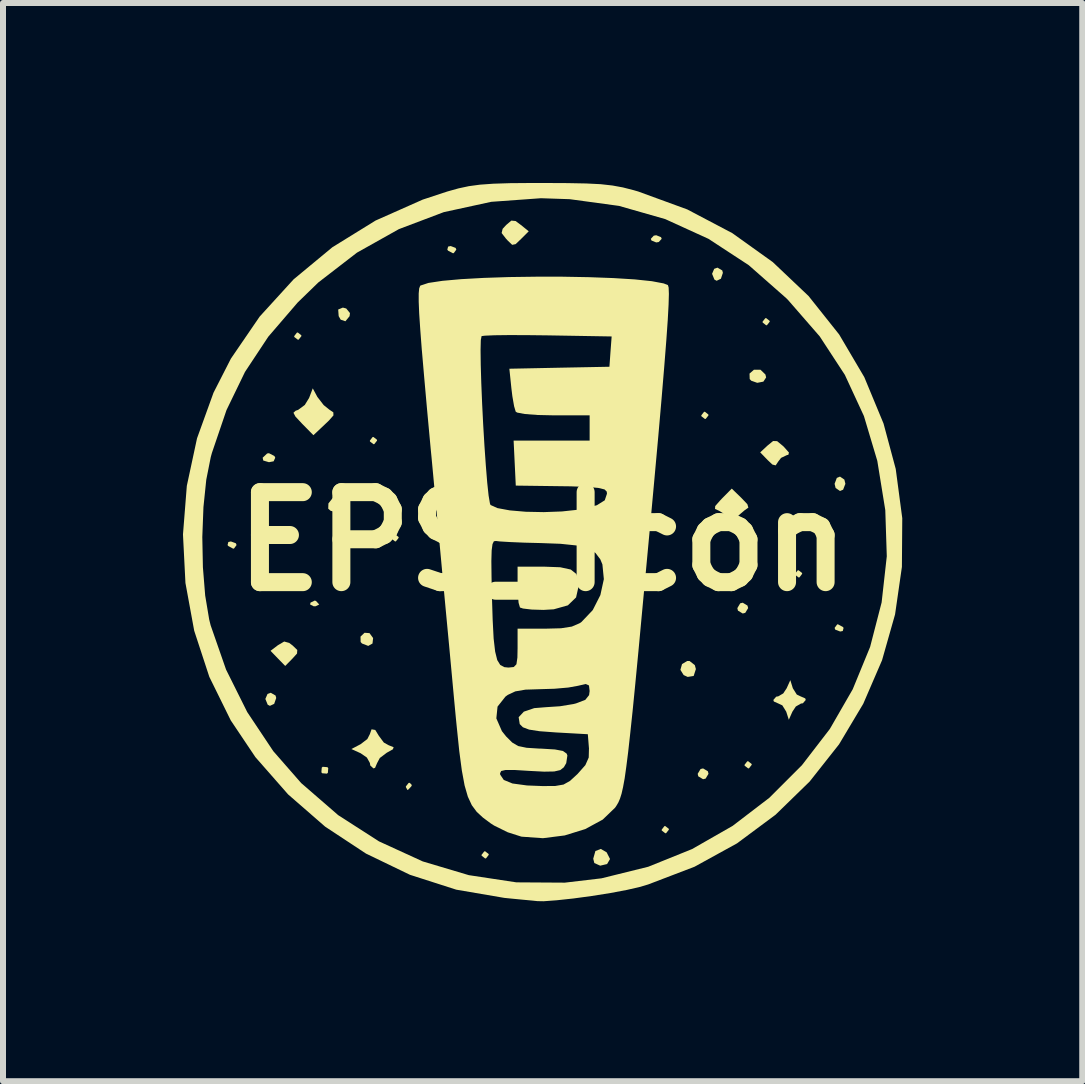
<source format=kicad_pcb>
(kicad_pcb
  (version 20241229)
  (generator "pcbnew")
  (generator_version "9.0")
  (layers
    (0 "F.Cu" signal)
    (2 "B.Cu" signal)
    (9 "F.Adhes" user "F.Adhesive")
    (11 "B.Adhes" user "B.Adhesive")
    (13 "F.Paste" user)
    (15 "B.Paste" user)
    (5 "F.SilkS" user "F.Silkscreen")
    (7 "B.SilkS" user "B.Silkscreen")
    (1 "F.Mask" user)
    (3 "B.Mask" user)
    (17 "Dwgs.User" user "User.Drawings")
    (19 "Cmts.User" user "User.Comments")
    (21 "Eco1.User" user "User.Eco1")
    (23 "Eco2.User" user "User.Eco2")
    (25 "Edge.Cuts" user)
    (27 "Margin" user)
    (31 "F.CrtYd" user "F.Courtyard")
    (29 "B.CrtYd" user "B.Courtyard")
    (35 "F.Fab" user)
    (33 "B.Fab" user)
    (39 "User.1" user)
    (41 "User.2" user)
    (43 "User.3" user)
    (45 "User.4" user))
  (footprint "EPS_Icon"
    (layer "F.Cu")
    (at 5.997 5.975)
    (property "Reference" "EPS_Icon" (at 0 0 0) (layer "F.SilkS") (effects (font (size 1.5 1.5) (thickness 0.3))))
    (attr board_only exclude_from_pos_files exclude_from_bom)
    (fp_poly (pts (xy -3.779 0.993) (xy -3.726 1.051) (xy -3.786 1.08) (xy -3.817 1.081) (xy -3.878 1.051) (xy -3.872 1.02) (xy -3.8 0.985)) (stroke (width 0) (type solid)) (fill yes) (layer "F.SilkS"))
    (fp_poly (pts (xy -5.115 0.031) (xy -5.104 0.06) (xy -5.147 0.118) (xy -5.161 0.12) (xy -5.242 0.076) (xy -5.254 0.06) (xy -5.241 0.009) (xy -5.198 0)) (stroke (width 0) (type solid)) (fill yes) (layer "F.SilkS"))
    (fp_poly (pts (xy -4.473 -1.424) (xy -4.459 -1.396) (xy -4.486 -1.336) (xy -4.564 -1.321) (xy -4.659 -1.349) (xy -4.669 -1.396) (xy -4.595 -1.466) (xy -4.564 -1.471)) (stroke (width 0) (type solid)) (fill yes) (layer "F.SilkS"))
    (fp_poly (pts (xy -4.454 2.568) (xy -4.443 2.609) (xy -4.477 2.707) (xy -4.548 2.74) (xy -4.585 2.721) (xy -4.624 2.625) (xy -4.588 2.542) (xy -4.534 2.522)) (stroke (width 0) (type solid)) (fill yes) (layer "F.SilkS"))
    (fp_poly (pts (xy -4.025 -3.437) (xy -4.023 -3.423) (xy -4.069 -3.364) (xy -4.083 -3.363) (xy -4.142 -3.408) (xy -4.143 -3.423) (xy -4.098 -3.481) (xy -4.083 -3.483)) (stroke (width 0) (type solid)) (fill yes) (layer "F.SilkS"))
    (fp_poly (pts (xy -3.59 3.762) (xy -3.576 3.778) (xy -3.582 3.856) (xy -3.598 3.87) (xy -3.676 3.864) (xy -3.69 3.848) (xy -3.684 3.77) (xy -3.668 3.756)) (stroke (width 0) (type solid)) (fill yes) (layer "F.SilkS"))
    (fp_poly (pts (xy -3.276 -3.883) (xy -3.214 -3.807) (xy -3.22 -3.755) (xy -3.29 -3.67) (xy -3.369 -3.697) (xy -3.402 -3.756) (xy -3.41 -3.866) (xy -3.332 -3.898)) (stroke (width 0) (type solid)) (fill yes) (layer "F.SilkS"))
    (fp_poly (pts (xy -2.888 1.528) (xy -2.828 1.61) (xy -2.838 1.701) (xy -2.909 1.741) (xy -3.013 1.701) (xy -3.036 1.676) (xy -3.038 1.586) (xy -2.971 1.522)) (stroke (width 0) (type solid)) (fill yes) (layer "F.SilkS"))
    (fp_poly (pts (xy -2.764 -1.696) (xy -2.762 -1.681) (xy -2.808 -1.623) (xy -2.822 -1.621) (xy -2.881 -1.667) (xy -2.882 -1.681) (xy -2.837 -1.74) (xy -2.822 -1.741)) (stroke (width 0) (type solid)) (fill yes) (layer "F.SilkS"))
    (fp_poly (pts (xy -2.404 -0.074) (xy -2.402 -0.06) (xy -2.448 -0.002) (xy -2.462 0) (xy -2.52 -0.046) (xy -2.522 -0.06) (xy -2.476 -0.118) (xy -2.462 -0.12)) (stroke (width 0) (type solid)) (fill yes) (layer "F.SilkS"))
    (fp_poly (pts (xy -2.182 4.06) (xy -2.192 4.083) (xy -2.246 4.14) (xy -2.255 4.143) (xy -2.281 4.097) (xy -2.282 4.083) (xy -2.236 4.025) (xy -2.218 4.023)) (stroke (width 0) (type solid)) (fill yes) (layer "F.SilkS"))
    (fp_poly (pts (xy -1.453 -4.893) (xy -1.441 -4.864) (xy -1.484 -4.806) (xy -1.498 -4.804) (xy -1.579 -4.847) (xy -1.591 -4.864) (xy -1.578 -4.915) (xy -1.535 -4.924)) (stroke (width 0) (type solid)) (fill yes) (layer "F.SilkS"))
    (fp_poly (pts (xy -0.902 5.21) (xy -0.901 5.224) (xy -0.946 5.282) (xy -0.961 5.284) (xy -1.019 5.238) (xy -1.021 5.224) (xy -0.975 5.166) (xy -0.961 5.164)) (stroke (width 0) (type solid)) (fill yes) (layer "F.SilkS"))
    (fp_poly (pts (xy 1.064 5.181) (xy 1.121 5.293) (xy 1.072 5.377) (xy 0.957 5.404) (xy 0.859 5.36) (xy 0.841 5.288) (xy 0.877 5.16) (xy 0.967 5.125)) (stroke (width 0) (type solid)) (fill yes) (layer "F.SilkS"))
    (fp_poly (pts (xy 1.971 -5.072) (xy 1.982 -5.044) (xy 1.933 -4.991) (xy 1.891 -4.984) (xy 1.812 -5.016) (xy 1.801 -5.044) (xy 1.85 -5.097) (xy 1.891 -5.104)) (stroke (width 0) (type solid)) (fill yes) (layer "F.SilkS"))
    (fp_poly (pts (xy 2.1 4.789) (xy 2.102 4.804) (xy 2.056 4.862) (xy 2.042 4.864) (xy 1.983 4.818) (xy 1.982 4.804) (xy 2.027 4.745) (xy 2.042 4.744)) (stroke (width 0) (type solid)) (fill yes) (layer "F.SilkS"))
    (fp_poly (pts (xy 2.752 3.831) (xy 2.762 3.873) (xy 2.714 3.953) (xy 2.672 3.963) (xy 2.592 3.915) (xy 2.582 3.873) (xy 2.63 3.793) (xy 2.672 3.783)) (stroke (width 0) (type solid)) (fill yes) (layer "F.SilkS"))
    (fp_poly (pts (xy 2.76 -2.116) (xy 2.762 -2.102) (xy 2.716 -2.043) (xy 2.702 -2.042) (xy 2.644 -2.087) (xy 2.642 -2.102) (xy 2.688 -2.16) (xy 2.702 -2.162)) (stroke (width 0) (type solid)) (fill yes) (layer "F.SilkS"))
    (fp_poly (pts (xy 2.992 -4.517) (xy 3.002 -4.477) (xy 2.969 -4.379) (xy 2.898 -4.345) (xy 2.861 -4.365) (xy 2.822 -4.461) (xy 2.857 -4.544) (xy 2.912 -4.564)) (stroke (width 0) (type solid)) (fill yes) (layer "F.SilkS"))
    (fp_poly (pts (xy 3.412 1.069) (xy 3.423 1.111) (xy 3.375 1.19) (xy 3.333 1.201) (xy 3.253 1.153) (xy 3.243 1.111) (xy 3.291 1.031) (xy 3.333 1.021)) (stroke (width 0) (type solid)) (fill yes) (layer "F.SilkS"))
    (fp_poly (pts (xy 3.481 3.709) (xy 3.483 3.723) (xy 3.437 3.781) (xy 3.423 3.783) (xy 3.364 3.737) (xy 3.363 3.723) (xy 3.408 3.665) (xy 3.423 3.663)) (stroke (width 0) (type solid)) (fill yes) (layer "F.SilkS"))
    (fp_poly (pts (xy 3.781 -3.677) (xy 3.783 -3.663) (xy 3.737 -3.605) (xy 3.723 -3.603) (xy 3.665 -3.649) (xy 3.663 -3.663) (xy 3.709 -3.721) (xy 3.723 -3.723)) (stroke (width 0) (type solid)) (fill yes) (layer "F.SilkS"))
    (fp_poly (pts (xy 4.322 0.526) (xy 4.323 0.54) (xy 4.278 0.599) (xy 4.263 0.6) (xy 4.205 0.555) (xy 4.203 0.54) (xy 4.249 0.482) (xy 4.263 0.48)) (stroke (width 0) (type solid)) (fill yes) (layer "F.SilkS"))
    (fp_poly (pts (xy 5.002 1.425) (xy 5.014 1.441) (xy 5 1.493) (xy 4.957 1.501) (xy 4.875 1.47) (xy 4.864 1.441) (xy 4.907 1.383) (xy 4.92 1.381)) (stroke (width 0) (type solid)) (fill yes) (layer "F.SilkS"))
    (fp_poly (pts (xy 5.027 -1.031) (xy 5.044 -0.961) (xy 5.006 -0.863) (xy 4.954 -0.841) (xy 4.881 -0.891) (xy 4.864 -0.961) (xy 4.901 -1.059) (xy 4.954 -1.081)) (stroke (width 0) (type solid)) (fill yes) (layer "F.SilkS"))
    (fp_poly (pts (xy 2.447 1.993) (xy 2.534 2.061) (xy 2.552 2.127) (xy 2.515 2.242) (xy 2.415 2.258) (xy 2.348 2.227) (xy 2.294 2.14) (xy 2.321 2.044) (xy 2.407 1.992)) (stroke (width 0) (type solid)) (fill yes) (layer "F.SilkS"))
    (fp_poly (pts (xy -4.227 1.691) (xy -4.171 1.733) (xy -4.092 1.809) (xy -4.096 1.868) (xy -4.173 1.953) (xy -4.293 2.075) (xy -4.416 1.949) (xy -4.538 1.823) (xy -4.414 1.729) (xy -4.31 1.668)) (stroke (width 0) (type solid)) (fill yes) (layer "F.SilkS"))
    (fp_poly (pts (xy -3.368 -0.754) (xy -3.305 -0.664) (xy -3.313 -0.556) (xy -3.384 -0.486) (xy -3.419 -0.48) (xy -3.536 -0.511) (xy -3.576 -0.546) (xy -3.573 -0.634) (xy -3.503 -0.722) (xy -3.41 -0.764)) (stroke (width 0) (type solid)) (fill yes) (layer "F.SilkS"))
    (fp_poly (pts (xy 3.629 -2.862) (xy 3.711 -2.783) (xy 3.723 -2.734) (xy 3.677 -2.664) (xy 3.575 -2.644) (xy 3.475 -2.679) (xy 3.449 -2.707) (xy 3.446 -2.798) (xy 3.519 -2.862) (xy 3.629 -2.862)) (stroke (width 0) (type solid)) (fill yes) (layer "F.SilkS"))
    (fp_poly (pts (xy -0.453 -5.341) (xy -0.367 -5.277) (xy -0.234 -5.17) (xy -0.357 -5.047) (xy -0.452 -4.956) (xy -0.51 -4.944) (xy -0.583 -5.014) (xy -0.615 -5.049) (xy -0.686 -5.141) (xy -0.669 -5.211) (xy -0.61 -5.275) (xy -0.524 -5.348)) (stroke (width 0) (type solid)) (fill yes) (layer "F.SilkS"))
    (fp_poly (pts (xy 3.906 -1.672) (xy 4.003 -1.592) (xy 4.018 -1.578) (xy 4.103 -1.482) (xy 4.093 -1.443) (xy 4.072 -1.441) (xy 3.972 -1.393) (xy 3.927 -1.335) (xy 3.882 -1.268) (xy 3.827 -1.282) (xy 3.748 -1.357) (xy 3.624 -1.485) (xy 3.748 -1.6) (xy 3.839 -1.674)) (stroke (width 0) (type solid)) (fill yes) (layer "F.SilkS"))
    (fp_poly (pts (xy -3.757 -2.409) (xy -3.652 -2.273) (xy -3.559 -2.198) (xy -3.491 -2.152) (xy -3.489 -2.101) (xy -3.563 -2.017) (xy -3.631 -1.952) (xy -3.823 -1.771) (xy -4.012 -1.963) (xy -4.123 -2.082) (xy -4.156 -2.145) (xy -4.119 -2.179) (xy -4.078 -2.193) (xy -3.967 -2.275) (xy -3.895 -2.392) (xy -3.834 -2.552)) (stroke (width 0) (type solid)) (fill yes) (layer "F.SilkS"))
    (fp_poly (pts (xy 3.31 -0.726) (xy 3.41 -0.621) (xy 3.427 -0.564) (xy 3.37 -0.523) (xy 3.363 -0.519) (xy 3.252 -0.424) (xy 3.198 -0.339) (xy 3.14 -0.21) (xy 3.098 -0.342) (xy 3.017 -0.463) (xy 2.939 -0.511) (xy 2.871 -0.542) (xy 2.874 -0.59) (xy 2.956 -0.683) (xy 2.986 -0.715) (xy 3.15 -0.881)) (stroke (width 0) (type solid)) (fill yes) (layer "F.SilkS"))
    (fp_poly (pts (xy 0.291 0.43) (xy 0.466 0.468) (xy 0.561 0.543) (xy 0.598 0.667) (xy 0.6 0.733) (xy 0.555 0.933) (xy 0.418 1.065) (xy 0.183 1.131) (xy 0.01 1.141) (xy -0.186 1.135) (xy -0.329 1.118) (xy -0.38 1.101) (xy -0.403 1.023) (xy -0.417 0.865) (xy -0.42 0.741) (xy -0.42 0.42) (xy 0.018 0.42)) (stroke (width 0) (type solid)) (fill yes) (layer "F.SilkS"))
    (fp_poly (pts (xy 4.168 2.447) (xy 4.234 2.552) (xy 4.297 2.582) (xy 4.375 2.616) (xy 4.383 2.642) (xy 4.336 2.697) (xy 4.303 2.702) (xy 4.218 2.751) (xy 4.161 2.837) (xy 4.101 2.972) (xy 4.058 2.837) (xy 3.993 2.732) (xy 3.929 2.702) (xy 3.852 2.668) (xy 3.843 2.642) (xy 3.891 2.587) (xy 3.924 2.582) (xy 4.008 2.533) (xy 4.065 2.447) (xy 4.126 2.312)) (stroke (width 0) (type solid)) (fill yes) (layer "F.SilkS"))
    (fp_poly (pts (xy -2.792 3.142) (xy -2.734 3.237) (xy -2.733 3.239) (xy -2.649 3.352) (xy -2.568 3.397) (xy -2.486 3.429) (xy -2.498 3.464) (xy -2.601 3.522) (xy -2.716 3.609) (xy -2.762 3.695) (xy -2.795 3.773) (xy -2.822 3.783) (xy -2.875 3.734) (xy -2.882 3.692) (xy -2.932 3.602) (xy -3.036 3.53) (xy -3.19 3.46) (xy -3.036 3.379) (xy -2.924 3.293) (xy -2.882 3.211) (xy -2.854 3.131)) (stroke (width 0) (type solid)) (fill yes) (layer "F.SilkS"))
    (fp_poly (pts (xy 0.409 -5.973) (xy 0.722 -5.967) (xy 0.965 -5.955) (xy 1.161 -5.933) (xy 1.336 -5.901) (xy 1.515 -5.855) (xy 1.591 -5.833) (xy 2.409 -5.534) (xy 3.159 -5.139) (xy 3.834 -4.656) (xy 4.43 -4.091) (xy 4.94 -3.45) (xy 5.359 -2.739) (xy 5.68 -1.965) (xy 5.883 -1.209) (xy 5.992 -0.388) (xy 5.986 0.424) (xy 5.872 1.216) (xy 5.655 1.98) (xy 5.342 2.705) (xy 4.938 3.382) (xy 4.448 4.002) (xy 3.88 4.555) (xy 3.238 5.032) (xy 2.529 5.422) (xy 1.757 5.717) (xy 1.615 5.759) (xy 1.403 5.808) (xy 1.127 5.86) (xy 0.819 5.909) (xy 0.509 5.951) (xy 0.23 5.981) (xy 0.013 5.997) (xy -0.09 5.995) (xy -0.175 5.986) (xy -0.346 5.97) (xy -0.572 5.948) (xy -0.641 5.941) (xy -1.442 5.804) (xy -2.214 5.556) (xy -2.946 5.203) (xy -3.627 4.754) (xy -4.245 4.216) (xy -4.79 3.595) (xy -5.201 2.982) (xy -5.558 2.257) (xy -5.81 1.488) (xy -5.956 0.692) (xy -5.995 -0.074) (xy -5.675 -0.074) (xy -5.665 0.43) (xy -5.627 0.901) (xy -5.56 1.302) (xy -5.536 1.398) (xy -5.279 2.136) (xy -4.926 2.844) (xy -4.492 3.495) (xy -4.027 4.027) (xy -3.41 4.562) (xy -2.73 4.999) (xy -2.001 5.333) (xy -1.233 5.562) (xy -0.44 5.682) (xy 0.368 5.687) (xy 0.978 5.615) (xy 1.758 5.422) (xy 2.489 5.127) (xy 3.164 4.741) (xy 3.777 4.272) (xy 4.319 3.73) (xy 4.785 3.125) (xy 5.166 2.464) (xy 5.456 1.758) (xy 5.648 1.016) (xy 5.734 0.247) (xy 5.709 -0.522) (xy 5.576 -1.343) (xy 5.353 -2.09) (xy 5.035 -2.777) (xy 4.616 -3.418) (xy 4.088 -4.025) (xy 4.057 -4.056) (xy 3.433 -4.605) (xy 2.762 -5.044) (xy 2.041 -5.373) (xy 1.271 -5.593) (xy 0.449 -5.705) (xy -0.03 -5.721) (xy -0.859 -5.661) (xy -1.65 -5.489) (xy -2.398 -5.206) (xy -3.097 -4.814) (xy -3.741 -4.317) (xy -4.086 -3.982) (xy -4.575 -3.413) (xy -4.964 -2.825) (xy -5.272 -2.189) (xy -5.515 -1.475) (xy -5.534 -1.406) (xy -5.609 -1.028) (xy -5.656 -0.572) (xy -5.675 -0.074) (xy -5.995 -0.074) (xy -5.997 -0.118) (xy -5.933 -0.927) (xy -5.763 -1.719) (xy -5.488 -2.48) (xy -5.198 -3.048) (xy -4.719 -3.748) (xy -4.153 -4.369) (xy -3.507 -4.904) (xy -2.787 -5.349) (xy -2.001 -5.698) (xy -1.591 -5.833) (xy -1.405 -5.885) (xy -1.232 -5.922) (xy -1.047 -5.947) (xy -0.825 -5.963) (xy -0.543 -5.972) (xy -0.174 -5.975) (xy 0 -5.975)) (stroke (width 0) (type solid)) (fill yes) (layer "F.SilkS"))
    (fp_poly (pts (xy 0.332 -4.413) (xy 0.771 -4.405) (xy 1.177 -4.39) (xy 1.533 -4.368) (xy 1.818 -4.338) (xy 2.015 -4.301) (xy 2.086 -4.273) (xy 2.098 -4.232) (xy 2.102 -4.126) (xy 2.097 -3.947) (xy 2.083 -3.69) (xy 2.059 -3.349) (xy 2.025 -2.918) (xy 1.981 -2.39) (xy 1.926 -1.76) (xy 1.859 -1.021) (xy 1.801 -0.389) (xy 1.722 0.461) (xy 1.653 1.199) (xy 1.594 1.834) (xy 1.542 2.375) (xy 1.497 2.829) (xy 1.457 3.205) (xy 1.423 3.511) (xy 1.392 3.756) (xy 1.365 3.948) (xy 1.338 4.095) (xy 1.313 4.205) (xy 1.287 4.287) (xy 1.26 4.35) (xy 1.23 4.401) (xy 1.205 4.438) (xy 0.999 4.636) (xy 0.708 4.794) (xy 0.366 4.9) (xy 0.003 4.946) (xy -0.348 4.921) (xy -0.36 4.919) (xy -0.585 4.847) (xy -0.812 4.735) (xy -0.868 4.699) (xy -0.997 4.603) (xy -1.101 4.507) (xy -1.183 4.396) (xy -1.249 4.254) (xy -1.303 4.067) (xy -1.349 3.818) (xy -1.392 3.494) (xy -1.435 3.079) (xy -1.448 2.949) (xy -0.774 2.949) (xy -0.681 3.162) (xy -0.611 3.25) (xy -0.51 3.351) (xy -0.41 3.41) (xy -0.27 3.439) (xy -0.053 3.453) (xy -0.026 3.453) (xy 0.203 3.467) (xy 0.336 3.492) (xy 0.398 3.536) (xy 0.41 3.568) (xy 0.391 3.695) (xy 0.351 3.764) (xy 0.291 3.811) (xy 0.19 3.834) (xy 0.022 3.837) (xy -0.228 3.824) (xy -0.473 3.809) (xy -0.62 3.809) (xy -0.693 3.826) (xy -0.712 3.864) (xy -0.709 3.888) (xy -0.65 3.975) (xy -0.506 4.034) (xy -0.263 4.067) (xy -0.009 4.077) (xy 0.206 4.076) (xy 0.346 4.052) (xy 0.454 3.991) (xy 0.577 3.878) (xy 0.58 3.875) (xy 0.71 3.728) (xy 0.766 3.601) (xy 0.77 3.443) (xy 0.769 3.44) (xy 0.751 3.213) (xy 0.216 3.183) (xy -0.054 3.163) (xy -0.228 3.136) (xy -0.331 3.097) (xy -0.384 3.044) (xy -0.402 2.929) (xy -0.316 2.837) (xy -0.142 2.778) (xy 0.057 2.762) (xy 0.286 2.747) (xy 0.512 2.71) (xy 0.555 2.699) (xy 0.709 2.64) (xy 0.772 2.561) (xy 0.781 2.493) (xy 0.77 2.4) (xy 0.715 2.376) (xy 0.586 2.406) (xy 0.425 2.435) (xy 0.196 2.455) (xy -0.037 2.462) (xy -0.289 2.47) (xy -0.458 2.499) (xy -0.582 2.557) (xy -0.622 2.586) (xy -0.754 2.753) (xy -0.774 2.949) (xy -1.448 2.949) (xy -1.479 2.622) (xy -1.516 2.222) (xy -1.562 1.726) (xy -1.616 1.156) (xy -1.674 0.535) (xy -1.693 0.327) (xy -0.857 0.327) (xy -0.854 0.595) (xy -0.848 0.901) (xy -0.835 1.312) (xy -0.819 1.619) (xy -0.794 1.835) (xy -0.759 1.977) (xy -0.709 2.058) (xy -0.641 2.095) (xy -0.572 2.102) (xy -0.484 2.093) (xy -0.439 2.047) (xy -0.423 1.935) (xy -0.42 1.778) (xy -0.42 1.454) (xy 0.037 1.454) (xy 0.304 1.447) (xy 0.484 1.419) (xy 0.612 1.364) (xy 0.646 1.341) (xy 0.833 1.144) (xy 0.96 0.894) (xy 1.018 0.628) (xy 0.994 0.383) (xy 0.959 0.298) (xy 0.878 0.191) (xy 0.753 0.116) (xy 0.565 0.067) (xy 0.295 0.039) (xy -0.03 0.027) (xy -0.307 0.02) (xy -0.545 0.01) (xy -0.714 -0.000139) (xy -0.781 -0.008) (xy -0.815 -0.003) (xy -0.838 0.044) (xy -0.852 0.149) (xy -0.857 0.327) (xy -1.693 0.327) (xy -1.734 -0.113) (xy -1.795 -0.766) (xy -1.854 -1.4) (xy -1.869 -1.553) (xy -1.929 -2.202) (xy -1.977 -2.742) (xy -2.015 -3.182) (xy -2.016 -3.189) (xy -1.037 -3.189) (xy -1.034 -2.944) (xy -1.025 -2.641) (xy -1.011 -2.301) (xy -0.993 -1.944) (xy -0.972 -1.592) (xy -0.949 -1.264) (xy -0.926 -0.981) (xy -0.903 -0.765) (xy -0.881 -0.635) (xy -0.871 -0.608) (xy -0.756 -0.556) (xy -0.55 -0.518) (xy -0.283 -0.495) (xy 0.016 -0.489) (xy 0.319 -0.5) (xy 0.597 -0.53) (xy 0.664 -0.541) (xy 0.902 -0.604) (xy 1.033 -0.686) (xy 1.07 -0.796) (xy 1.066 -0.831) (xy 1.03 -0.867) (xy 0.928 -0.892) (xy 0.743 -0.909) (xy 0.461 -0.919) (xy 0.3 -0.921) (xy -0.45 -0.931) (xy -0.468 -1.306) (xy -0.486 -1.681) (xy 0.147 -1.681) (xy 0.781 -1.681) (xy 0.781 -1.891) (xy 0.781 -2.102) (xy 0.184 -2.102) (xy -0.087 -2.108) (xy -0.298 -2.124) (xy -0.426 -2.148) (xy -0.451 -2.163) (xy -0.478 -2.254) (xy -0.507 -2.421) (xy -0.523 -2.552) (xy -0.557 -2.879) (xy 0.277 -2.896) (xy 1.111 -2.912) (xy 1.129 -3.165) (xy 1.148 -3.417) (xy 0.087 -3.435) (xy -0.258 -3.439) (xy -0.563 -3.44) (xy -0.804 -3.437) (xy -0.964 -3.43) (xy -1.02 -3.423) (xy -1.033 -3.355) (xy -1.037 -3.189) (xy -2.016 -3.189) (xy -2.042 -3.531) (xy -2.06 -3.8) (xy -2.068 -3.997) (xy -2.068 -4.133) (xy -2.06 -4.218) (xy -2.044 -4.26) (xy -2.037 -4.266) (xy -1.906 -4.309) (xy -1.674 -4.344) (xy -1.361 -4.372) (xy -0.984 -4.393) (xy -0.564 -4.407) (xy -0.119 -4.413)) (stroke (width 0) (type solid)) (fill yes) (layer "F.SilkS")))
  (gr_rect
    (start -3 -3)
    (end 14.989 14.971)
    (stroke (width 0.1) (type default))
    (fill no)
    (layer "Edge.Cuts")))
</source>
